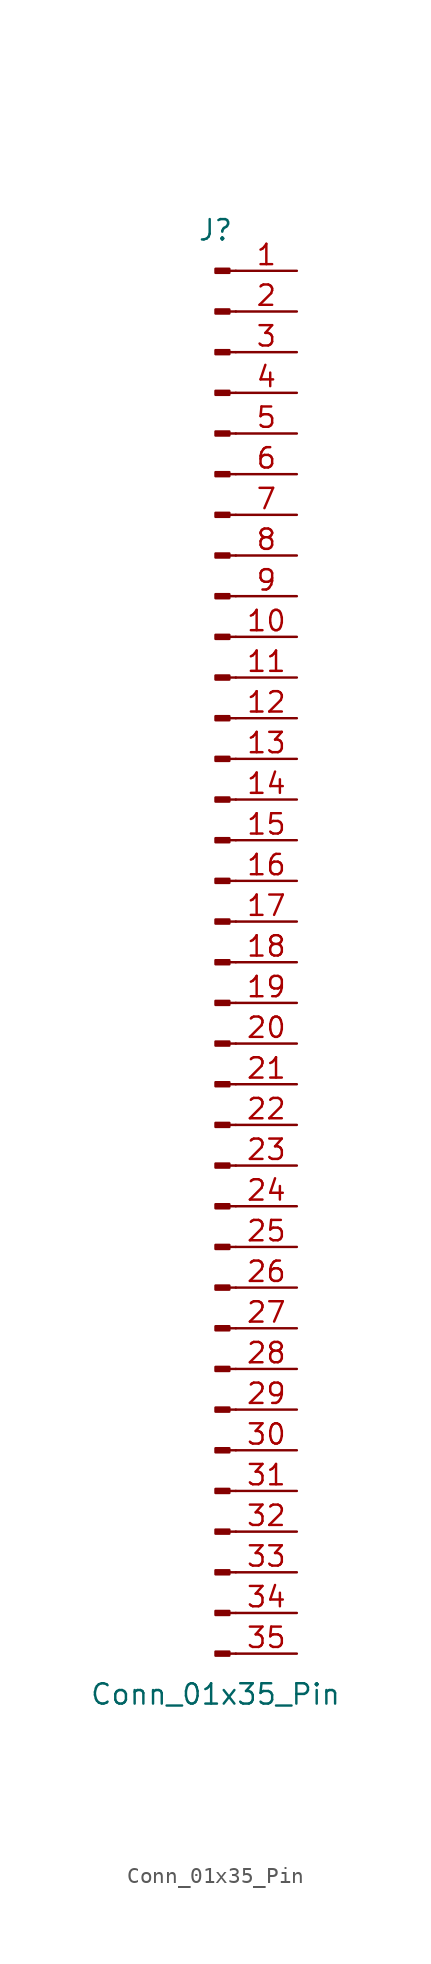
<source format=kicad_sym>
(kicad_symbol_lib
  (version 20220914)
  (generator kicad_symbol_editor)
  (symbol "Conn_01x35_Pin"
    (pin_names
      (offset 1.016) hide)
    (property "Reference" "J"
      (at 0 45.72 0)
      (effects (font (size 1.27 1.27))))
    (property "Value" "Conn_01x35_Pin"
      (at 0 -45.72 0)
      (effects (font (size 1.27 1.27))))
    (property "ki_locked" ""
      (at 0 0 0)
      (effects (font (size 1.27 1.27))))
    (symbol "Conn_01x35_Pin_1_1"
      (polyline (pts (xy 1.27 -43.18) (xy 0.864 -43.18)) (stroke (width 0.152) (type default)) (fill (type none)))
      (polyline (pts (xy 1.27 -40.64) (xy 0.864 -40.64)) (stroke (width 0.152) (type default)) (fill (type none)))
      (polyline (pts (xy 1.27 -38.1) (xy 0.864 -38.1)) (stroke (width 0.152) (type default)) (fill (type none)))
      (polyline (pts (xy 1.27 -35.56) (xy 0.864 -35.56)) (stroke (width 0.152) (type default)) (fill (type none)))
      (polyline (pts (xy 1.27 -33.02) (xy 0.864 -33.02)) (stroke (width 0.152) (type default)) (fill (type none)))
      (polyline (pts (xy 1.27 -30.48) (xy 0.864 -30.48)) (stroke (width 0.152) (type default)) (fill (type none)))
      (polyline (pts (xy 1.27 -27.94) (xy 0.864 -27.94)) (stroke (width 0.152) (type default)) (fill (type none)))
      (polyline (pts (xy 1.27 -25.4) (xy 0.864 -25.4)) (stroke (width 0.152) (type default)) (fill (type none)))
      (polyline (pts (xy 1.27 -22.86) (xy 0.864 -22.86)) (stroke (width 0.152) (type default)) (fill (type none)))
      (polyline (pts (xy 1.27 -20.32) (xy 0.864 -20.32)) (stroke (width 0.152) (type default)) (fill (type none)))
      (polyline (pts (xy 1.27 -17.78) (xy 0.864 -17.78)) (stroke (width 0.152) (type default)) (fill (type none)))
      (polyline (pts (xy 1.27 -15.24) (xy 0.864 -15.24)) (stroke (width 0.152) (type default)) (fill (type none)))
      (polyline (pts (xy 1.27 -12.7) (xy 0.864 -12.7)) (stroke (width 0.152) (type default)) (fill (type none)))
      (polyline (pts (xy 1.27 -10.16) (xy 0.864 -10.16)) (stroke (width 0.152) (type default)) (fill (type none)))
      (polyline (pts (xy 1.27 -7.62) (xy 0.864 -7.62)) (stroke (width 0.152) (type default)) (fill (type none)))
      (polyline (pts (xy 1.27 -5.08) (xy 0.864 -5.08)) (stroke (width 0.152) (type default)) (fill (type none)))
      (polyline (pts (xy 1.27 -2.54) (xy 0.864 -2.54)) (stroke (width 0.152) (type default)) (fill (type none)))
      (polyline (pts (xy 1.27 0) (xy 0.864 0)) (stroke (width 0.152) (type default)) (fill (type none)))
      (polyline (pts (xy 1.27 2.54) (xy 0.864 2.54)) (stroke (width 0.152) (type default)) (fill (type none)))
      (polyline (pts (xy 1.27 5.08) (xy 0.864 5.08)) (stroke (width 0.152) (type default)) (fill (type none)))
      (polyline (pts (xy 1.27 7.62) (xy 0.864 7.62)) (stroke (width 0.152) (type default)) (fill (type none)))
      (polyline (pts (xy 1.27 10.16) (xy 0.864 10.16)) (stroke (width 0.152) (type default)) (fill (type none)))
      (polyline (pts (xy 1.27 12.7) (xy 0.864 12.7)) (stroke (width 0.152) (type default)) (fill (type none)))
      (polyline (pts (xy 1.27 15.24) (xy 0.864 15.24)) (stroke (width 0.152) (type default)) (fill (type none)))
      (polyline (pts (xy 1.27 17.78) (xy 0.864 17.78)) (stroke (width 0.152) (type default)) (fill (type none)))
      (polyline (pts (xy 1.27 20.32) (xy 0.864 20.32)) (stroke (width 0.152) (type default)) (fill (type none)))
      (polyline (pts (xy 1.27 22.86) (xy 0.864 22.86)) (stroke (width 0.152) (type default)) (fill (type none)))
      (polyline (pts (xy 1.27 25.4) (xy 0.864 25.4)) (stroke (width 0.152) (type default)) (fill (type none)))
      (polyline (pts (xy 1.27 27.94) (xy 0.864 27.94)) (stroke (width 0.152) (type default)) (fill (type none)))
      (polyline (pts (xy 1.27 30.48) (xy 0.864 30.48)) (stroke (width 0.152) (type default)) (fill (type none)))
      (polyline (pts (xy 1.27 33.02) (xy 0.864 33.02)) (stroke (width 0.152) (type default)) (fill (type none)))
      (polyline (pts (xy 1.27 35.56) (xy 0.864 35.56)) (stroke (width 0.152) (type default)) (fill (type none)))
      (polyline (pts (xy 1.27 38.1) (xy 0.864 38.1)) (stroke (width 0.152) (type default)) (fill (type none)))
      (polyline (pts (xy 1.27 40.64) (xy 0.864 40.64)) (stroke (width 0.152) (type default)) (fill (type none)))
      (polyline (pts (xy 1.27 43.18) (xy 0.864 43.18)) (stroke (width 0.152) (type default)) (fill (type none)))
      (rectangle (start 0.864 -43.053) (end 0 -43.307) (stroke (width 0.152) (type default)) (fill (type outline)))
      (rectangle (start 0.864 -40.513) (end 0 -40.767) (stroke (width 0.152) (type default)) (fill (type outline)))
      (rectangle (start 0.864 -37.973) (end 0 -38.227) (stroke (width 0.152) (type default)) (fill (type outline)))
      (rectangle (start 0.864 -35.433) (end 0 -35.687) (stroke (width 0.152) (type default)) (fill (type outline)))
      (rectangle (start 0.864 -32.893) (end 0 -33.147) (stroke (width 0.152) (type default)) (fill (type outline)))
      (rectangle (start 0.864 -30.353) (end 0 -30.607) (stroke (width 0.152) (type default)) (fill (type outline)))
      (rectangle (start 0.864 -27.813) (end 0 -28.067) (stroke (width 0.152) (type default)) (fill (type outline)))
      (rectangle (start 0.864 -25.273) (end 0 -25.527) (stroke (width 0.152) (type default)) (fill (type outline)))
      (rectangle (start 0.864 -22.733) (end 0 -22.987) (stroke (width 0.152) (type default)) (fill (type outline)))
      (rectangle (start 0.864 -20.193) (end 0 -20.447) (stroke (width 0.152) (type default)) (fill (type outline)))
      (rectangle (start 0.864 -17.653) (end 0 -17.907) (stroke (width 0.152) (type default)) (fill (type outline)))
      (rectangle (start 0.864 -15.113) (end 0 -15.367) (stroke (width 0.152) (type default)) (fill (type outline)))
      (rectangle (start 0.864 -12.573) (end 0 -12.827) (stroke (width 0.152) (type default)) (fill (type outline)))
      (rectangle (start 0.864 -10.033) (end 0 -10.287) (stroke (width 0.152) (type default)) (fill (type outline)))
      (rectangle (start 0.864 -7.493) (end 0 -7.747) (stroke (width 0.152) (type default)) (fill (type outline)))
      (rectangle (start 0.864 -4.953) (end 0 -5.207) (stroke (width 0.152) (type default)) (fill (type outline)))
      (rectangle (start 0.864 -2.413) (end 0 -2.667) (stroke (width 0.152) (type default)) (fill (type outline)))
      (rectangle (start 0.864 0.127) (end 0 -0.127) (stroke (width 0.152) (type default)) (fill (type outline)))
      (rectangle (start 0.864 2.667) (end 0 2.413) (stroke (width 0.152) (type default)) (fill (type outline)))
      (rectangle (start 0.864 5.207) (end 0 4.953) (stroke (width 0.152) (type default)) (fill (type outline)))
      (rectangle (start 0.864 7.747) (end 0 7.493) (stroke (width 0.152) (type default)) (fill (type outline)))
      (rectangle (start 0.864 10.287) (end 0 10.033) (stroke (width 0.152) (type default)) (fill (type outline)))
      (rectangle (start 0.864 12.827) (end 0 12.573) (stroke (width 0.152) (type default)) (fill (type outline)))
      (rectangle (start 0.864 15.367) (end 0 15.113) (stroke (width 0.152) (type default)) (fill (type outline)))
      (rectangle (start 0.864 17.907) (end 0 17.653) (stroke (width 0.152) (type default)) (fill (type outline)))
      (rectangle (start 0.864 20.447) (end 0 20.193) (stroke (width 0.152) (type default)) (fill (type outline)))
      (rectangle (start 0.864 22.987) (end 0 22.733) (stroke (width 0.152) (type default)) (fill (type outline)))
      (rectangle (start 0.864 25.527) (end 0 25.273) (stroke (width 0.152) (type default)) (fill (type outline)))
      (rectangle (start 0.864 28.067) (end 0 27.813) (stroke (width 0.152) (type default)) (fill (type outline)))
      (rectangle (start 0.864 30.607) (end 0 30.353) (stroke (width 0.152) (type default)) (fill (type outline)))
      (rectangle (start 0.864 33.147) (end 0 32.893) (stroke (width 0.152) (type default)) (fill (type outline)))
      (rectangle (start 0.864 35.687) (end 0 35.433) (stroke (width 0.152) (type default)) (fill (type outline)))
      (rectangle (start 0.864 38.227) (end 0 37.973) (stroke (width 0.152) (type default)) (fill (type outline)))
      (rectangle (start 0.864 40.767) (end 0 40.513) (stroke (width 0.152) (type default)) (fill (type outline)))
      (rectangle (start 0.864 43.307) (end 0 43.053) (stroke (width 0.152) (type default)) (fill (type outline)))
      (pin passive line (at 5.08 43.18 180) (length 3.81) (name "Pin_1" (effects (font (size 1.27 1.27)))) (number "1" (effects (font (size 1.27 1.27)))))
      (pin passive line (at 5.08 20.32 180) (length 3.81) (name "Pin_10" (effects (font (size 1.27 1.27)))) (number "10" (effects (font (size 1.27 1.27)))))
      (pin passive line (at 5.08 17.78 180) (length 3.81) (name "Pin_11" (effects (font (size 1.27 1.27)))) (number "11" (effects (font (size 1.27 1.27)))))
      (pin passive line (at 5.08 15.24 180) (length 3.81) (name "Pin_12" (effects (font (size 1.27 1.27)))) (number "12" (effects (font (size 1.27 1.27)))))
      (pin passive line (at 5.08 12.7 180) (length 3.81) (name "Pin_13" (effects (font (size 1.27 1.27)))) (number "13" (effects (font (size 1.27 1.27)))))
      (pin passive line (at 5.08 10.16 180) (length 3.81) (name "Pin_14" (effects (font (size 1.27 1.27)))) (number "14" (effects (font (size 1.27 1.27)))))
      (pin passive line (at 5.08 7.62 180) (length 3.81) (name "Pin_15" (effects (font (size 1.27 1.27)))) (number "15" (effects (font (size 1.27 1.27)))))
      (pin passive line (at 5.08 5.08 180) (length 3.81) (name "Pin_16" (effects (font (size 1.27 1.27)))) (number "16" (effects (font (size 1.27 1.27)))))
      (pin passive line (at 5.08 2.54 180) (length 3.81) (name "Pin_17" (effects (font (size 1.27 1.27)))) (number "17" (effects (font (size 1.27 1.27)))))
      (pin passive line (at 5.08 0 180) (length 3.81) (name "Pin_18" (effects (font (size 1.27 1.27)))) (number "18" (effects (font (size 1.27 1.27)))))
      (pin passive line (at 5.08 -2.54 180) (length 3.81) (name "Pin_19" (effects (font (size 1.27 1.27)))) (number "19" (effects (font (size 1.27 1.27)))))
      (pin passive line (at 5.08 40.64 180) (length 3.81) (name "Pin_2" (effects (font (size 1.27 1.27)))) (number "2" (effects (font (size 1.27 1.27)))))
      (pin passive line (at 5.08 -5.08 180) (length 3.81) (name "Pin_20" (effects (font (size 1.27 1.27)))) (number "20" (effects (font (size 1.27 1.27)))))
      (pin passive line (at 5.08 -7.62 180) (length 3.81) (name "Pin_21" (effects (font (size 1.27 1.27)))) (number "21" (effects (font (size 1.27 1.27)))))
      (pin passive line (at 5.08 -10.16 180) (length 3.81) (name "Pin_22" (effects (font (size 1.27 1.27)))) (number "22" (effects (font (size 1.27 1.27)))))
      (pin passive line (at 5.08 -12.7 180) (length 3.81) (name "Pin_23" (effects (font (size 1.27 1.27)))) (number "23" (effects (font (size 1.27 1.27)))))
      (pin passive line (at 5.08 -15.24 180) (length 3.81) (name "Pin_24" (effects (font (size 1.27 1.27)))) (number "24" (effects (font (size 1.27 1.27)))))
      (pin passive line (at 5.08 -17.78 180) (length 3.81) (name "Pin_25" (effects (font (size 1.27 1.27)))) (number "25" (effects (font (size 1.27 1.27)))))
      (pin passive line (at 5.08 -20.32 180) (length 3.81) (name "Pin_26" (effects (font (size 1.27 1.27)))) (number "26" (effects (font (size 1.27 1.27)))))
      (pin passive line (at 5.08 -22.86 180) (length 3.81) (name "Pin_27" (effects (font (size 1.27 1.27)))) (number "27" (effects (font (size 1.27 1.27)))))
      (pin passive line (at 5.08 -25.4 180) (length 3.81) (name "Pin_28" (effects (font (size 1.27 1.27)))) (number "28" (effects (font (size 1.27 1.27)))))
      (pin passive line (at 5.08 -27.94 180) (length 3.81) (name "Pin_29" (effects (font (size 1.27 1.27)))) (number "29" (effects (font (size 1.27 1.27)))))
      (pin passive line (at 5.08 38.1 180) (length 3.81) (name "Pin_3" (effects (font (size 1.27 1.27)))) (number "3" (effects (font (size 1.27 1.27)))))
      (pin passive line (at 5.08 -30.48 180) (length 3.81) (name "Pin_30" (effects (font (size 1.27 1.27)))) (number "30" (effects (font (size 1.27 1.27)))))
      (pin passive line (at 5.08 -33.02 180) (length 3.81) (name "Pin_31" (effects (font (size 1.27 1.27)))) (number "31" (effects (font (size 1.27 1.27)))))
      (pin passive line (at 5.08 -35.56 180) (length 3.81) (name "Pin_32" (effects (font (size 1.27 1.27)))) (number "32" (effects (font (size 1.27 1.27)))))
      (pin passive line (at 5.08 -38.1 180) (length 3.81) (name "Pin_33" (effects (font (size 1.27 1.27)))) (number "33" (effects (font (size 1.27 1.27)))))
      (pin passive line (at 5.08 -40.64 180) (length 3.81) (name "Pin_34" (effects (font (size 1.27 1.27)))) (number "34" (effects (font (size 1.27 1.27)))))
      (pin passive line (at 5.08 -43.18 180) (length 3.81) (name "Pin_35" (effects (font (size 1.27 1.27)))) (number "35" (effects (font (size 1.27 1.27)))))
      (pin passive line (at 5.08 35.56 180) (length 3.81) (name "Pin_4" (effects (font (size 1.27 1.27)))) (number "4" (effects (font (size 1.27 1.27)))))
      (pin passive line (at 5.08 33.02 180) (length 3.81) (name "Pin_5" (effects (font (size 1.27 1.27)))) (number "5" (effects (font (size 1.27 1.27)))))
      (pin passive line (at 5.08 30.48 180) (length 3.81) (name "Pin_6" (effects (font (size 1.27 1.27)))) (number "6" (effects (font (size 1.27 1.27)))))
      (pin passive line (at 5.08 27.94 180) (length 3.81) (name "Pin_7" (effects (font (size 1.27 1.27)))) (number "7" (effects (font (size 1.27 1.27)))))
      (pin passive line (at 5.08 25.4 180) (length 3.81) (name "Pin_8" (effects (font (size 1.27 1.27)))) (number "8" (effects (font (size 1.27 1.27)))))
      (pin passive line (at 5.08 22.86 180) (length 3.81) (name "Pin_9" (effects (font (size 1.27 1.27)))) (number "9" (effects (font (size 1.27 1.27))))))))
</source>
